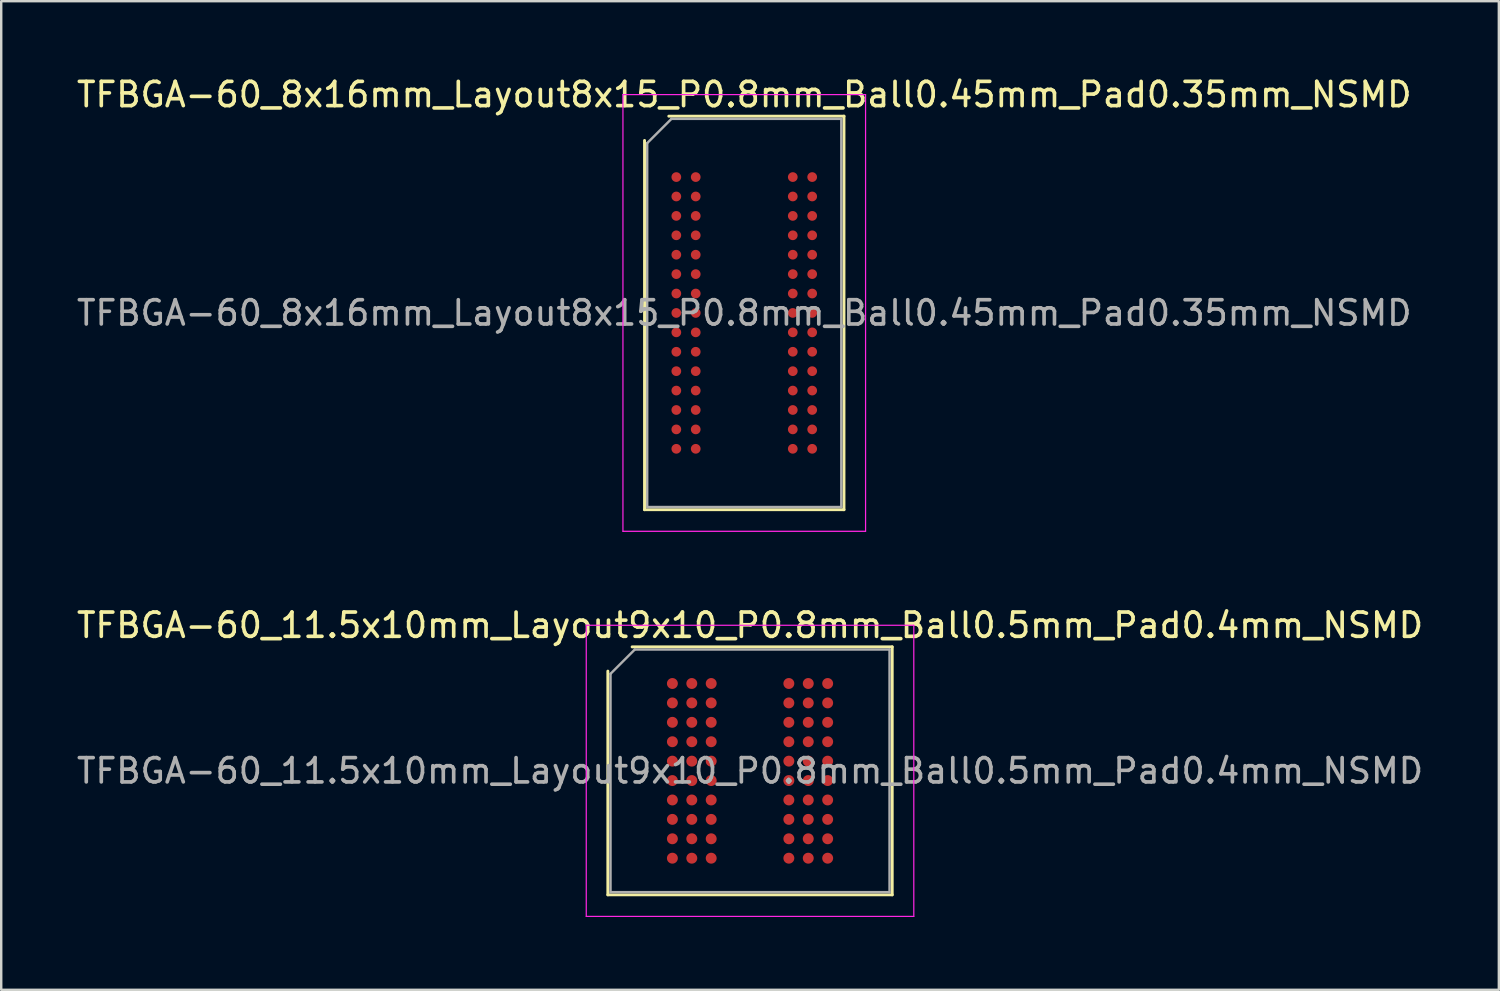
<source format=kicad_pcb>
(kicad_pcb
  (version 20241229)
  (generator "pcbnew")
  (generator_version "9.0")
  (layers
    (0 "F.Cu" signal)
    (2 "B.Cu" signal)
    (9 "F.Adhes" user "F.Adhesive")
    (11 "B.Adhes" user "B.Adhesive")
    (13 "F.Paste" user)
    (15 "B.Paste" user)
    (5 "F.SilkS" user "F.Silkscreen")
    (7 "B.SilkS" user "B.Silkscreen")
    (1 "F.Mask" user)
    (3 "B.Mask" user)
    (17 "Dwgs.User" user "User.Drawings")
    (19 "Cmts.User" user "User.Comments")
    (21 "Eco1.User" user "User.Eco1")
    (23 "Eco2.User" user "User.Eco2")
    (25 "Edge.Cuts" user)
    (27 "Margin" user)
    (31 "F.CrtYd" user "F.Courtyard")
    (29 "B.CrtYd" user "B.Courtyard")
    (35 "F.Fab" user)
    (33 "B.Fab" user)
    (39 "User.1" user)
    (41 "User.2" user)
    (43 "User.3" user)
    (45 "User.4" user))
  (footprint "TFBGA-60_11.5x10mm_Layout9x10_P0.8mm_Ball0.5mm_Pad0.4mm_NSMD"
    (layer "F.Cu")
    (at 27.863 28.721)
    (property "Reference" "TFBGA-60_11.5x10mm_Layout9x10_P0.8mm_Ball0.5mm_Pad0.4mm_NSMD" (at 0 -6 0) (layer "F.SilkS") (effects (font (size 1 1) (thickness 0.15))))
    (attr smd)
    (fp_line (start -5.86 5.11) (end -5.86 -4.11) (stroke (width 0.12) (type solid)) (layer "F.SilkS"))
    (fp_line (start -4.86 -5.11) (end 5.86 -5.11) (stroke (width 0.12) (type solid)) (layer "F.SilkS"))
    (fp_line (start 5.86 -5.11) (end 5.86 5.11) (stroke (width 0.12) (type solid)) (layer "F.SilkS"))
    (fp_line (start 5.86 5.11) (end -5.86 5.11) (stroke (width 0.12) (type solid)) (layer "F.SilkS"))
    (fp_line (start -6.75 -6) (end -6.75 6) (stroke (width 0.05) (type solid)) (layer "F.CrtYd"))
    (fp_line (start -6.75 6) (end 6.75 6) (stroke (width 0.05) (type solid)) (layer "F.CrtYd"))
    (fp_line (start 6.75 -6) (end -6.75 -6) (stroke (width 0.05) (type solid)) (layer "F.CrtYd"))
    (fp_line (start 6.75 6) (end 6.75 -6) (stroke (width 0.05) (type solid)) (layer "F.CrtYd"))
    (fp_line (start -5.75 -4) (end -4.75 -5) (stroke (width 0.1) (type solid)) (layer "F.Fab"))
    (fp_line (start -5.75 5) (end -5.75 -4) (stroke (width 0.1) (type solid)) (layer "F.Fab"))
    (fp_line (start -4.75 -5) (end 5.75 -5) (stroke (width 0.1) (type solid)) (layer "F.Fab"))
    (fp_line (start 5.75 -5) (end 5.75 5) (stroke (width 0.1) (type solid)) (layer "F.Fab"))
    (fp_line (start 5.75 5) (end -5.75 5) (stroke (width 0.1) (type solid)) (layer "F.Fab"))
    (fp_text user "${REFERENCE}" (at 0 0 0) (layer "F.Fab") (effects (font (size 1 1) (thickness 0.15))))
    (pad "A1" smd circle (at -3.2 -3.6) (size 0.45 0.45) (layers "F.Cu" "F.Mask" "F.Paste"))
    (pad "A2" smd circle (at -2.4 -3.6) (size 0.45 0.45) (layers "F.Cu" "F.Mask" "F.Paste"))
    (pad "A3" smd circle (at -1.6 -3.6) (size 0.45 0.45) (layers "F.Cu" "F.Mask" "F.Paste"))
    (pad "A7" smd circle (at 1.6 -3.6) (size 0.45 0.45) (layers "F.Cu" "F.Mask" "F.Paste"))
    (pad "A8" smd circle (at 2.4 -3.6) (size 0.45 0.45) (layers "F.Cu" "F.Mask" "F.Paste"))
    (pad "A9" smd circle (at 3.2 -3.6) (size 0.45 0.45) (layers "F.Cu" "F.Mask" "F.Paste"))
    (pad "B1" smd circle (at -3.2 -2.8) (size 0.45 0.45) (layers "F.Cu" "F.Mask" "F.Paste"))
    (pad "B2" smd circle (at -2.4 -2.8) (size 0.45 0.45) (layers "F.Cu" "F.Mask" "F.Paste"))
    (pad "B3" smd circle (at -1.6 -2.8) (size 0.45 0.45) (layers "F.Cu" "F.Mask" "F.Paste"))
    (pad "B7" smd circle (at 1.6 -2.8) (size 0.45 0.45) (layers "F.Cu" "F.Mask" "F.Paste"))
    (pad "B8" smd circle (at 2.4 -2.8) (size 0.45 0.45) (layers "F.Cu" "F.Mask" "F.Paste"))
    (pad "B9" smd circle (at 3.2 -2.8) (size 0.45 0.45) (layers "F.Cu" "F.Mask" "F.Paste"))
    (pad "C1" smd circle (at -3.2 -2) (size 0.45 0.45) (layers "F.Cu" "F.Mask" "F.Paste"))
    (pad "C2" smd circle (at -2.4 -2) (size 0.45 0.45) (layers "F.Cu" "F.Mask" "F.Paste"))
    (pad "C3" smd circle (at -1.6 -2) (size 0.45 0.45) (layers "F.Cu" "F.Mask" "F.Paste"))
    (pad "C7" smd circle (at 1.6 -2) (size 0.45 0.45) (layers "F.Cu" "F.Mask" "F.Paste"))
    (pad "C8" smd circle (at 2.4 -2) (size 0.45 0.45) (layers "F.Cu" "F.Mask" "F.Paste"))
    (pad "C9" smd circle (at 3.2 -2) (size 0.45 0.45) (layers "F.Cu" "F.Mask" "F.Paste"))
    (pad "D1" smd circle (at -3.2 -1.2) (size 0.45 0.45) (layers "F.Cu" "F.Mask" "F.Paste"))
    (pad "D2" smd circle (at -2.4 -1.2) (size 0.45 0.45) (layers "F.Cu" "F.Mask" "F.Paste"))
    (pad "D3" smd circle (at -1.6 -1.2) (size 0.45 0.45) (layers "F.Cu" "F.Mask" "F.Paste"))
    (pad "D7" smd circle (at 1.6 -1.2) (size 0.45 0.45) (layers "F.Cu" "F.Mask" "F.Paste"))
    (pad "D8" smd circle (at 2.4 -1.2) (size 0.45 0.45) (layers "F.Cu" "F.Mask" "F.Paste"))
    (pad "D9" smd circle (at 3.2 -1.2) (size 0.45 0.45) (layers "F.Cu" "F.Mask" "F.Paste"))
    (pad "E1" smd circle (at -3.2 -0.4) (size 0.45 0.45) (layers "F.Cu" "F.Mask" "F.Paste"))
    (pad "E2" smd circle (at -2.4 -0.4) (size 0.45 0.45) (layers "F.Cu" "F.Mask" "F.Paste"))
    (pad "E3" smd circle (at -1.6 -0.4) (size 0.45 0.45) (layers "F.Cu" "F.Mask" "F.Paste"))
    (pad "E7" smd circle (at 1.6 -0.4) (size 0.45 0.45) (layers "F.Cu" "F.Mask" "F.Paste"))
    (pad "E8" smd circle (at 2.4 -0.4) (size 0.45 0.45) (layers "F.Cu" "F.Mask" "F.Paste"))
    (pad "E9" smd circle (at 3.2 -0.4) (size 0.45 0.45) (layers "F.Cu" "F.Mask" "F.Paste"))
    (pad "F1" smd circle (at -3.2 0.4) (size 0.45 0.45) (layers "F.Cu" "F.Mask" "F.Paste"))
    (pad "F2" smd circle (at -2.4 0.4) (size 0.45 0.45) (layers "F.Cu" "F.Mask" "F.Paste"))
    (pad "F3" smd circle (at -1.6 0.4) (size 0.45 0.45) (layers "F.Cu" "F.Mask" "F.Paste"))
    (pad "F7" smd circle (at 1.6 0.4) (size 0.45 0.45) (layers "F.Cu" "F.Mask" "F.Paste"))
    (pad "F8" smd circle (at 2.4 0.4) (size 0.45 0.45) (layers "F.Cu" "F.Mask" "F.Paste"))
    (pad "F9" smd circle (at 3.2 0.4) (size 0.45 0.45) (layers "F.Cu" "F.Mask" "F.Paste"))
    (pad "G1" smd circle (at -3.2 1.2) (size 0.45 0.45) (layers "F.Cu" "F.Mask" "F.Paste"))
    (pad "G2" smd circle (at -2.4 1.2) (size 0.45 0.45) (layers "F.Cu" "F.Mask" "F.Paste"))
    (pad "G3" smd circle (at -1.6 1.2) (size 0.45 0.45) (layers "F.Cu" "F.Mask" "F.Paste"))
    (pad "G7" smd circle (at 1.6 1.2) (size 0.45 0.45) (layers "F.Cu" "F.Mask" "F.Paste"))
    (pad "G8" smd circle (at 2.4 1.2) (size 0.45 0.45) (layers "F.Cu" "F.Mask" "F.Paste"))
    (pad "G9" smd circle (at 3.2 1.2) (size 0.45 0.45) (layers "F.Cu" "F.Mask" "F.Paste"))
    (pad "H1" smd circle (at -3.2 2) (size 0.45 0.45) (layers "F.Cu" "F.Mask" "F.Paste"))
    (pad "H2" smd circle (at -2.4 2) (size 0.45 0.45) (layers "F.Cu" "F.Mask" "F.Paste"))
    (pad "H3" smd circle (at -1.6 2) (size 0.45 0.45) (layers "F.Cu" "F.Mask" "F.Paste"))
    (pad "H7" smd circle (at 1.6 2) (size 0.45 0.45) (layers "F.Cu" "F.Mask" "F.Paste"))
    (pad "H8" smd circle (at 2.4 2) (size 0.45 0.45) (layers "F.Cu" "F.Mask" "F.Paste"))
    (pad "H9" smd circle (at 3.2 2) (size 0.45 0.45) (layers "F.Cu" "F.Mask" "F.Paste"))
    (pad "J1" smd circle (at -3.2 2.8) (size 0.45 0.45) (layers "F.Cu" "F.Mask" "F.Paste"))
    (pad "J2" smd circle (at -2.4 2.8) (size 0.45 0.45) (layers "F.Cu" "F.Mask" "F.Paste"))
    (pad "J3" smd circle (at -1.6 2.8) (size 0.45 0.45) (layers "F.Cu" "F.Mask" "F.Paste"))
    (pad "J7" smd circle (at 1.6 2.8) (size 0.45 0.45) (layers "F.Cu" "F.Mask" "F.Paste"))
    (pad "J8" smd circle (at 2.4 2.8) (size 0.45 0.45) (layers "F.Cu" "F.Mask" "F.Paste"))
    (pad "J9" smd circle (at 3.2 2.8) (size 0.45 0.45) (layers "F.Cu" "F.Mask" "F.Paste"))
    (pad "K1" smd circle (at -3.2 3.6) (size 0.45 0.45) (layers "F.Cu" "F.Mask" "F.Paste"))
    (pad "K2" smd circle (at -2.4 3.6) (size 0.45 0.45) (layers "F.Cu" "F.Mask" "F.Paste"))
    (pad "K3" smd circle (at -1.6 3.6) (size 0.45 0.45) (layers "F.Cu" "F.Mask" "F.Paste"))
    (pad "K7" smd circle (at 1.6 3.6) (size 0.45 0.45) (layers "F.Cu" "F.Mask" "F.Paste"))
    (pad "K8" smd circle (at 2.4 3.6) (size 0.45 0.45) (layers "F.Cu" "F.Mask" "F.Paste"))
    (pad "K9" smd circle (at 3.2 3.6) (size 0.45 0.45) (layers "F.Cu" "F.Mask" "F.Paste")))
  (footprint "TFBGA-60_8x16mm_Layout8x15_P0.8mm_Ball0.45mm_Pad0.35mm_NSMD"
    (layer "F.Cu")
    (at 27.625 9.848)
    (property "Reference" "TFBGA-60_8x16mm_Layout8x15_P0.8mm_Ball0.45mm_Pad0.35mm_NSMD" (at 0 -9 0) (layer "F.SilkS") (effects (font (size 1 1) (thickness 0.15))))
    (attr smd)
    (fp_line (start -4.11 8.11) (end -4.11 -7.11) (stroke (width 0.12) (type solid)) (layer "F.SilkS"))
    (fp_line (start -3.11 -8.11) (end 4.11 -8.11) (stroke (width 0.12) (type solid)) (layer "F.SilkS"))
    (fp_line (start 4.11 -8.11) (end 4.11 8.11) (stroke (width 0.12) (type solid)) (layer "F.SilkS"))
    (fp_line (start 4.11 8.11) (end -4.11 8.11) (stroke (width 0.12) (type solid)) (layer "F.SilkS"))
    (fp_line (start -5 -9) (end -5 9) (stroke (width 0.05) (type solid)) (layer "F.CrtYd"))
    (fp_line (start -5 9) (end 5 9) (stroke (width 0.05) (type solid)) (layer "F.CrtYd"))
    (fp_line (start 5 -9) (end -5 -9) (stroke (width 0.05) (type solid)) (layer "F.CrtYd"))
    (fp_line (start 5 9) (end 5 -9) (stroke (width 0.05) (type solid)) (layer "F.CrtYd"))
    (fp_line (start -4 -7) (end -3 -8) (stroke (width 0.1) (type solid)) (layer "F.Fab"))
    (fp_line (start -4 8) (end -4 -7) (stroke (width 0.1) (type solid)) (layer "F.Fab"))
    (fp_line (start -3 -8) (end 4 -8) (stroke (width 0.1) (type solid)) (layer "F.Fab"))
    (fp_line (start 4 -8) (end 4 8) (stroke (width 0.1) (type solid)) (layer "F.Fab"))
    (fp_line (start 4 8) (end -4 8) (stroke (width 0.1) (type solid)) (layer "F.Fab"))
    (fp_text user "${REFERENCE}" (at 0 0 0) (layer "F.Fab") (effects (font (size 1 1) (thickness 0.15))))
    (pad "A1" smd circle (at -2.8 -5.6) (size 0.4 0.4) (layers "F.Cu" "F.Mask" "F.Paste"))
    (pad "A2" smd circle (at -2 -5.6) (size 0.4 0.4) (layers "F.Cu" "F.Mask" "F.Paste"))
    (pad "A7" smd circle (at 2 -5.6) (size 0.4 0.4) (layers "F.Cu" "F.Mask" "F.Paste"))
    (pad "A8" smd circle (at 2.8 -5.6) (size 0.4 0.4) (layers "F.Cu" "F.Mask" "F.Paste"))
    (pad "B1" smd circle (at -2.8 -4.8) (size 0.4 0.4) (layers "F.Cu" "F.Mask" "F.Paste"))
    (pad "B2" smd circle (at -2 -4.8) (size 0.4 0.4) (layers "F.Cu" "F.Mask" "F.Paste"))
    (pad "B7" smd circle (at 2 -4.8) (size 0.4 0.4) (layers "F.Cu" "F.Mask" "F.Paste"))
    (pad "B8" smd circle (at 2.8 -4.8) (size 0.4 0.4) (layers "F.Cu" "F.Mask" "F.Paste"))
    (pad "C1" smd circle (at -2.8 -4) (size 0.4 0.4) (layers "F.Cu" "F.Mask" "F.Paste"))
    (pad "C2" smd circle (at -2 -4) (size 0.4 0.4) (layers "F.Cu" "F.Mask" "F.Paste"))
    (pad "C7" smd circle (at 2 -4) (size 0.4 0.4) (layers "F.Cu" "F.Mask" "F.Paste"))
    (pad "C8" smd circle (at 2.8 -4) (size 0.4 0.4) (layers "F.Cu" "F.Mask" "F.Paste"))
    (pad "D1" smd circle (at -2.8 -3.2) (size 0.4 0.4) (layers "F.Cu" "F.Mask" "F.Paste"))
    (pad "D2" smd circle (at -2 -3.2) (size 0.4 0.4) (layers "F.Cu" "F.Mask" "F.Paste"))
    (pad "D7" smd circle (at 2 -3.2) (size 0.4 0.4) (layers "F.Cu" "F.Mask" "F.Paste"))
    (pad "D8" smd circle (at 2.8 -3.2) (size 0.4 0.4) (layers "F.Cu" "F.Mask" "F.Paste"))
    (pad "E1" smd circle (at -2.8 -2.4) (size 0.4 0.4) (layers "F.Cu" "F.Mask" "F.Paste"))
    (pad "E2" smd circle (at -2 -2.4) (size 0.4 0.4) (layers "F.Cu" "F.Mask" "F.Paste"))
    (pad "E7" smd circle (at 2 -2.4) (size 0.4 0.4) (layers "F.Cu" "F.Mask" "F.Paste"))
    (pad "E8" smd circle (at 2.8 -2.4) (size 0.4 0.4) (layers "F.Cu" "F.Mask" "F.Paste"))
    (pad "F1" smd circle (at -2.8 -1.6) (size 0.4 0.4) (layers "F.Cu" "F.Mask" "F.Paste"))
    (pad "F2" smd circle (at -2 -1.6) (size 0.4 0.4) (layers "F.Cu" "F.Mask" "F.Paste"))
    (pad "F7" smd circle (at 2 -1.6) (size 0.4 0.4) (layers "F.Cu" "F.Mask" "F.Paste"))
    (pad "F8" smd circle (at 2.8 -1.6) (size 0.4 0.4) (layers "F.Cu" "F.Mask" "F.Paste"))
    (pad "G1" smd circle (at -2.8 -0.8) (size 0.4 0.4) (layers "F.Cu" "F.Mask" "F.Paste"))
    (pad "G2" smd circle (at -2 -0.8) (size 0.4 0.4) (layers "F.Cu" "F.Mask" "F.Paste"))
    (pad "G7" smd circle (at 2 -0.8) (size 0.4 0.4) (layers "F.Cu" "F.Mask" "F.Paste"))
    (pad "G8" smd circle (at 2.8 -0.8) (size 0.4 0.4) (layers "F.Cu" "F.Mask" "F.Paste"))
    (pad "H1" smd circle (at -2.8 0) (size 0.4 0.4) (layers "F.Cu" "F.Mask" "F.Paste"))
    (pad "H2" smd circle (at -2 0) (size 0.4 0.4) (layers "F.Cu" "F.Mask" "F.Paste"))
    (pad "H7" smd circle (at 2 0) (size 0.4 0.4) (layers "F.Cu" "F.Mask" "F.Paste"))
    (pad "H8" smd circle (at 2.8 0) (size 0.4 0.4) (layers "F.Cu" "F.Mask" "F.Paste"))
    (pad "J1" smd circle (at -2.8 0.8) (size 0.4 0.4) (layers "F.Cu" "F.Mask" "F.Paste"))
    (pad "J2" smd circle (at -2 0.8) (size 0.4 0.4) (layers "F.Cu" "F.Mask" "F.Paste"))
    (pad "J7" smd circle (at 2 0.8) (size 0.4 0.4) (layers "F.Cu" "F.Mask" "F.Paste"))
    (pad "J8" smd circle (at 2.8 0.8) (size 0.4 0.4) (layers "F.Cu" "F.Mask" "F.Paste"))
    (pad "K1" smd circle (at -2.8 1.6) (size 0.4 0.4) (layers "F.Cu" "F.Mask" "F.Paste"))
    (pad "K2" smd circle (at -2 1.6) (size 0.4 0.4) (layers "F.Cu" "F.Mask" "F.Paste"))
    (pad "K7" smd circle (at 2 1.6) (size 0.4 0.4) (layers "F.Cu" "F.Mask" "F.Paste"))
    (pad "K8" smd circle (at 2.8 1.6) (size 0.4 0.4) (layers "F.Cu" "F.Mask" "F.Paste"))
    (pad "L1" smd circle (at -2.8 2.4) (size 0.4 0.4) (layers "F.Cu" "F.Mask" "F.Paste"))
    (pad "L2" smd circle (at -2 2.4) (size 0.4 0.4) (layers "F.Cu" "F.Mask" "F.Paste"))
    (pad "L7" smd circle (at 2 2.4) (size 0.4 0.4) (layers "F.Cu" "F.Mask" "F.Paste"))
    (pad "L8" smd circle (at 2.8 2.4) (size 0.4 0.4) (layers "F.Cu" "F.Mask" "F.Paste"))
    (pad "M1" smd circle (at -2.8 3.2) (size 0.4 0.4) (layers "F.Cu" "F.Mask" "F.Paste"))
    (pad "M2" smd circle (at -2 3.2) (size 0.4 0.4) (layers "F.Cu" "F.Mask" "F.Paste"))
    (pad "M7" smd circle (at 2 3.2) (size 0.4 0.4) (layers "F.Cu" "F.Mask" "F.Paste"))
    (pad "M8" smd circle (at 2.8 3.2) (size 0.4 0.4) (layers "F.Cu" "F.Mask" "F.Paste"))
    (pad "N1" smd circle (at -2.8 4) (size 0.4 0.4) (layers "F.Cu" "F.Mask" "F.Paste"))
    (pad "N2" smd circle (at -2 4) (size 0.4 0.4) (layers "F.Cu" "F.Mask" "F.Paste"))
    (pad "N7" smd circle (at 2 4) (size 0.4 0.4) (layers "F.Cu" "F.Mask" "F.Paste"))
    (pad "N8" smd circle (at 2.8 4) (size 0.4 0.4) (layers "F.Cu" "F.Mask" "F.Paste"))
    (pad "P1" smd circle (at -2.8 4.8) (size 0.4 0.4) (layers "F.Cu" "F.Mask" "F.Paste"))
    (pad "P2" smd circle (at -2 4.8) (size 0.4 0.4) (layers "F.Cu" "F.Mask" "F.Paste"))
    (pad "P7" smd circle (at 2 4.8) (size 0.4 0.4) (layers "F.Cu" "F.Mask" "F.Paste"))
    (pad "P8" smd circle (at 2.8 4.8) (size 0.4 0.4) (layers "F.Cu" "F.Mask" "F.Paste"))
    (pad "R1" smd circle (at -2.8 5.6) (size 0.4 0.4) (layers "F.Cu" "F.Mask" "F.Paste"))
    (pad "R2" smd circle (at -2 5.6) (size 0.4 0.4) (layers "F.Cu" "F.Mask" "F.Paste"))
    (pad "R7" smd circle (at 2 5.6) (size 0.4 0.4) (layers "F.Cu" "F.Mask" "F.Paste"))
    (pad "R8" smd circle (at 2.8 5.6) (size 0.4 0.4) (layers "F.Cu" "F.Mask" "F.Paste")))
  (gr_rect
    (start -3 -3)
    (end 58.726 37.746)
    (stroke (width 0.1) (type default))
    (fill no)
    (layer "Edge.Cuts")))
</source>
